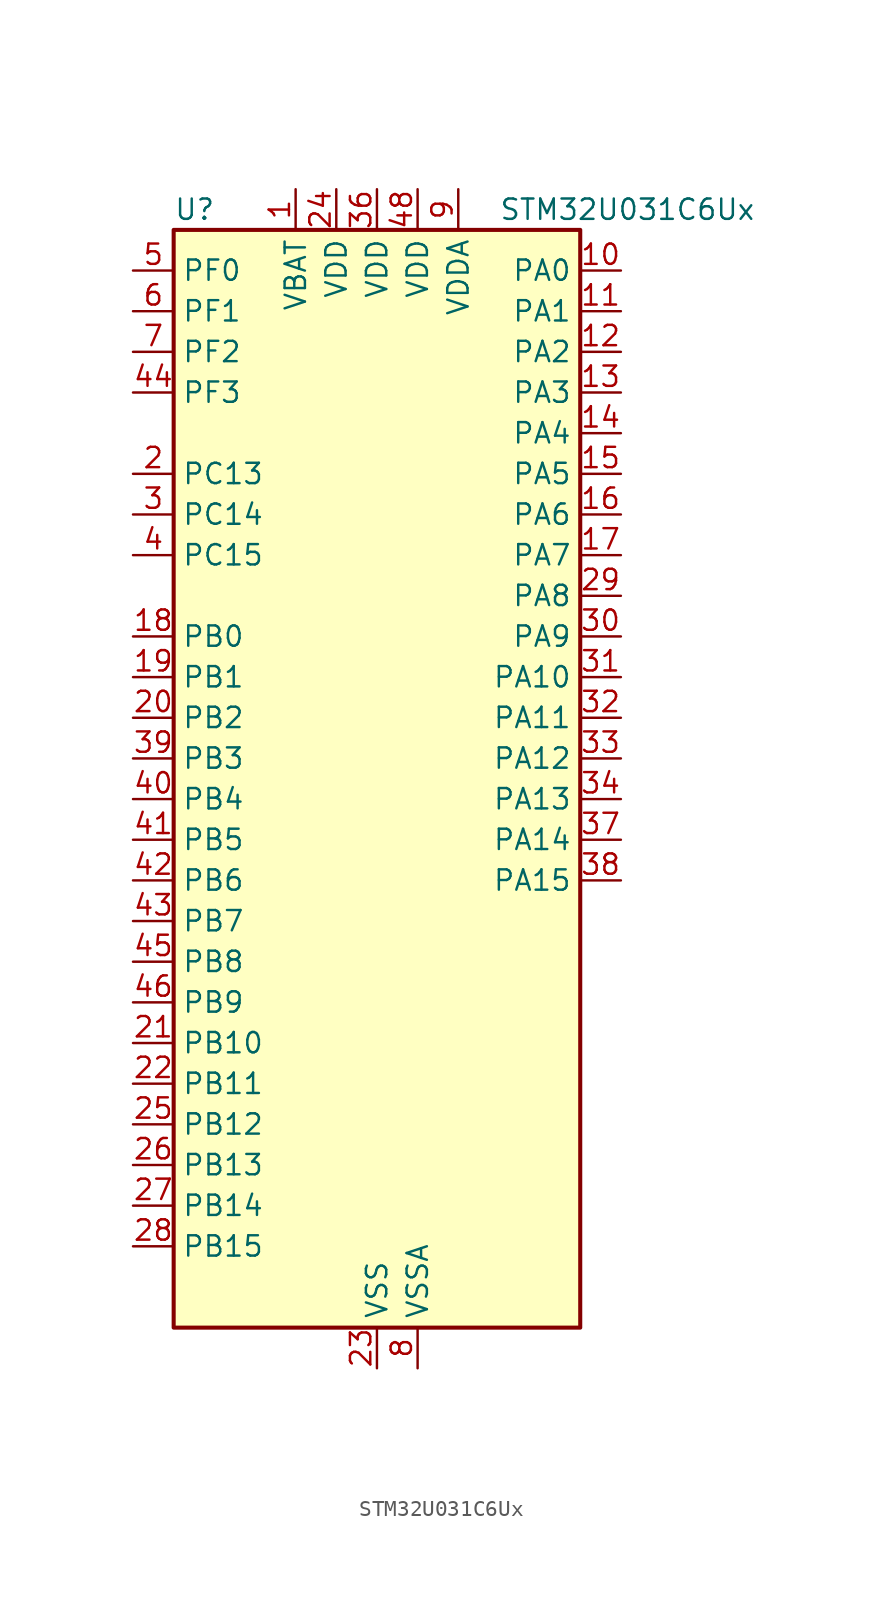
<source format=kicad_sym>
(kicad_symbol_lib
  (version 20231120)
  (generator "kicad_symbol_editor")
  (generator_version "8.99")
  (symbol "STM32U031C6Ux"
    (property "Reference" "U"
      (at -12.7 36.83 0)
      (effects (font (size 1.27 1.27)) (justify left)))
    (property "Value" "STM32U031C6Ux"
      (at 7.62 36.83 0)
      (effects (font (size 1.27 1.27)) (justify left)))
    (property "ki_locked" ""
      (at 0 0 0)
      (effects (font (size 1.27 1.27))))
    (symbol "STM32U031C6Ux_0_1"
      (rectangle (start -12.7 -33.02) (end 12.7 35.56) (stroke (width 0.254) (type default)) (fill (type background))))
    (symbol "STM32U031C6Ux_1_1"
      (pin power_in line (at -5.08 38.1 270) (length 2.54) (name "VBAT" (effects (font (size 1.27 1.27)))) (number "1" (effects (font (size 1.27 1.27)))))
      (pin bidirectional line (at 15.24 33.02 180) (length 2.54) (name "PA0" (effects (font (size 1.27 1.27)))) (number "10" (effects (font (size 1.27 1.27)))) (alternate "ADC1_IN4" bidirectional line) (alternate "COMP1_INM" bidirectional line) (alternate "COMP1_OUT" bidirectional line) (alternate "OPAMP1_VINP" bidirectional line) (alternate "PWR_WKUP1" bidirectional line) (alternate "TAMP_IN2" bidirectional line) (alternate "TIM2_CH1" bidirectional line) (alternate "TIM2_ETR" bidirectional line) (alternate "USART2_CTS" bidirectional line) (alternate "USART4_TX" bidirectional line))
      (pin bidirectional line (at 15.24 30.48 180) (length 2.54) (name "PA1" (effects (font (size 1.27 1.27)))) (number "11" (effects (font (size 1.27 1.27)))) (alternate "ADC1_IN5" bidirectional line) (alternate "COMP1_INP" bidirectional line) (alternate "LPTIM1_CH2" bidirectional line) (alternate "OPAMP1_VINM" bidirectional line) (alternate "PWR_WKUP3" bidirectional line) (alternate "SPI1_SCK" bidirectional line) (alternate "SPI2_SCK" bidirectional line) (alternate "TAMP_IN5" bidirectional line) (alternate "TIM15_CH1N" bidirectional line) (alternate "TIM2_CH2" bidirectional line) (alternate "USART2_DE" bidirectional line) (alternate "USART2_RTS" bidirectional line) (alternate "USART4_RX" bidirectional line))
      (pin bidirectional line (at 15.24 27.94 180) (length 2.54) (name "PA2" (effects (font (size 1.27 1.27)))) (number "12" (effects (font (size 1.27 1.27)))) (alternate "ADC1_IN6" bidirectional line) (alternate "LPUART1_TX" bidirectional line) (alternate "PWR_WKUP4" bidirectional line) (alternate "RCC_LSCO" bidirectional line) (alternate "TIM15_CH1" bidirectional line) (alternate "TIM2_CH3" bidirectional line) (alternate "USART2_TX" bidirectional line))
      (pin bidirectional line (at 15.24 25.4 180) (length 2.54) (name "PA3" (effects (font (size 1.27 1.27)))) (number "13" (effects (font (size 1.27 1.27)))) (alternate "ADC1_IN7" bidirectional line) (alternate "LPUART1_RX" bidirectional line) (alternate "OPAMP1_VOUT" bidirectional line) (alternate "TIM15_CH2" bidirectional line) (alternate "TIM2_CH4" bidirectional line) (alternate "USART2_RX" bidirectional line))
      (pin bidirectional line (at 15.24 22.86 180) (length 2.54) (name "PA4" (effects (font (size 1.27 1.27)))) (number "14" (effects (font (size 1.27 1.27)))) (alternate "ADC1_IN8" bidirectional line) (alternate "COMP1_INM" bidirectional line) (alternate "DAC1_OUT1" bidirectional line) (alternate "LPTIM2_CH1" bidirectional line) (alternate "SPI1_NSS" bidirectional line) (alternate "USART2_CK" bidirectional line))
      (pin bidirectional line (at 15.24 20.32 180) (length 2.54) (name "PA5" (effects (font (size 1.27 1.27)))) (number "15" (effects (font (size 1.27 1.27)))) (alternate "ADC1_IN9" bidirectional line) (alternate "COMP1_INM" bidirectional line) (alternate "LPTIM2_ETR" bidirectional line) (alternate "SPI1_SCK" bidirectional line) (alternate "TIM2_CH1" bidirectional line) (alternate "TIM2_ETR" bidirectional line) (alternate "USART3_TX" bidirectional line))
      (pin bidirectional line (at 15.24 17.78 180) (length 2.54) (name "PA6" (effects (font (size 1.27 1.27)))) (number "16" (effects (font (size 1.27 1.27)))) (alternate "ADC1_IN10" bidirectional line) (alternate "COMP1_OUT" bidirectional line) (alternate "I2C2_SDA" bidirectional line) (alternate "I2C3_SDA" bidirectional line) (alternate "LPUART1_CTS" bidirectional line) (alternate "SPI1_MISO" bidirectional line) (alternate "TIM16_CH1" bidirectional line) (alternate "TIM1_BKIN" bidirectional line) (alternate "TIM3_CH1" bidirectional line) (alternate "TSC_G5_IO1" bidirectional line) (alternate "USART3_CTS" bidirectional line))
      (pin bidirectional line (at 15.24 15.24 180) (length 2.54) (name "PA7" (effects (font (size 1.27 1.27)))) (number "17" (effects (font (size 1.27 1.27)))) (alternate "ADC1_IN14" bidirectional line) (alternate "I2C2_SCL" bidirectional line) (alternate "I2C3_SCL" bidirectional line) (alternate "LPTIM2_CH2" bidirectional line) (alternate "SPI1_MOSI" bidirectional line) (alternate "TIM1_CH1N" bidirectional line) (alternate "TIM3_CH2" bidirectional line) (alternate "USART3_RX" bidirectional line))
      (pin bidirectional line (at -15.24 10.16 0) (length 2.54) (name "PB0" (effects (font (size 1.27 1.27)))) (number "18" (effects (font (size 1.27 1.27)))) (alternate "ADC1_IN17" bidirectional line) (alternate "COMP1_OUT" bidirectional line) (alternate "LPUART2_CTS" bidirectional line) (alternate "SPI1_NSS" bidirectional line) (alternate "TIM1_CH2N" bidirectional line) (alternate "TIM3_CH3" bidirectional line) (alternate "TSC_G5_IO2" bidirectional line) (alternate "USART3_CK" bidirectional line))
      (pin bidirectional line (at -15.24 7.62 0) (length 2.54) (name "PB1" (effects (font (size 1.27 1.27)))) (number "19" (effects (font (size 1.27 1.27)))) (alternate "ADC1_IN18" bidirectional line) (alternate "COMP1_INM" bidirectional line) (alternate "LPTIM2_IN1" bidirectional line) (alternate "LPUART1_DE" bidirectional line) (alternate "LPUART1_RTS" bidirectional line) (alternate "LPUART2_DE" bidirectional line) (alternate "LPUART2_RTS" bidirectional line) (alternate "TIM1_CH3N" bidirectional line) (alternate "TIM3_CH4" bidirectional line) (alternate "TSC_SYNC" bidirectional line) (alternate "USART3_DE" bidirectional line) (alternate "USART3_RTS" bidirectional line))
      (pin bidirectional line (at -15.24 20.32 0) (length 2.54) (name "PC13" (effects (font (size 1.27 1.27)))) (number "2" (effects (font (size 1.27 1.27)))) (alternate "LPTIM1_CH3" bidirectional line) (alternate "PWR_WKUP2" bidirectional line) (alternate "RTC_OUT1" bidirectional line) (alternate "RTC_TS" bidirectional line) (alternate "TAMP_IN1" bidirectional line))
      (pin bidirectional line (at -15.24 5.08 0) (length 2.54) (name "PB2" (effects (font (size 1.27 1.27)))) (number "20" (effects (font (size 1.27 1.27)))) (alternate "COMP1_INP" bidirectional line) (alternate "LPTIM1_CH1" bidirectional line) (alternate "RTC_OUT2" bidirectional line))
      (pin bidirectional line (at -15.24 -15.24 0) (length 2.54) (name "PB10" (effects (font (size 1.27 1.27)))) (number "21" (effects (font (size 1.27 1.27)))) (alternate "COMP1_OUT" bidirectional line) (alternate "I2C2_SCL" bidirectional line) (alternate "LPUART1_RX" bidirectional line) (alternate "LPUART2_RX" bidirectional line) (alternate "SPI2_SCK" bidirectional line) (alternate "TIM2_CH3" bidirectional line) (alternate "TSC_G5_IO3" bidirectional line) (alternate "USART3_TX" bidirectional line))
      (pin bidirectional line (at -15.24 -17.78 0) (length 2.54) (name "PB11" (effects (font (size 1.27 1.27)))) (number "22" (effects (font (size 1.27 1.27)))) (alternate "ADC1_EXTI11" bidirectional line) (alternate "I2C2_SDA" bidirectional line) (alternate "LPUART1_TX" bidirectional line) (alternate "LPUART2_TX" bidirectional line) (alternate "TIM2_CH4" bidirectional line) (alternate "TSC_G5_IO4" bidirectional line) (alternate "USART3_RX" bidirectional line))
      (pin power_in line (at 0 -35.56 90) (length 2.54) (name "VSS" (effects (font (size 1.27 1.27)))) (number "23" (effects (font (size 1.27 1.27)))))
      (pin power_in line (at -2.54 38.1 270) (length 2.54) (name "VDD" (effects (font (size 1.27 1.27)))) (number "24" (effects (font (size 1.27 1.27)))))
      (pin bidirectional line (at -15.24 -20.32 0) (length 2.54) (name "PB12" (effects (font (size 1.27 1.27)))) (number "25" (effects (font (size 1.27 1.27)))) (alternate "LPUART1_DE" bidirectional line) (alternate "LPUART1_RTS" bidirectional line) (alternate "SPI2_NSS" bidirectional line) (alternate "TIM15_BKIN" bidirectional line) (alternate "TIM1_BKIN" bidirectional line) (alternate "TSC_G1_IO1" bidirectional line) (alternate "USART3_CK" bidirectional line))
      (pin bidirectional line (at -15.24 -22.86 0) (length 2.54) (name "PB13" (effects (font (size 1.27 1.27)))) (number "26" (effects (font (size 1.27 1.27)))) (alternate "I2C2_SCL" bidirectional line) (alternate "LPUART1_CTS" bidirectional line) (alternate "SPI2_SCK" bidirectional line) (alternate "TIM15_CH1N" bidirectional line) (alternate "TIM1_CH1N" bidirectional line) (alternate "TSC_G1_IO2" bidirectional line) (alternate "USART3_CTS" bidirectional line))
      (pin bidirectional line (at -15.24 -25.4 0) (length 2.54) (name "PB14" (effects (font (size 1.27 1.27)))) (number "27" (effects (font (size 1.27 1.27)))) (alternate "I2C2_SDA" bidirectional line) (alternate "SPI2_MISO" bidirectional line) (alternate "TIM15_CH1" bidirectional line) (alternate "TIM1_CH2N" bidirectional line) (alternate "TSC_G1_IO3" bidirectional line) (alternate "USART3_DE" bidirectional line) (alternate "USART3_RTS" bidirectional line))
      (pin bidirectional line (at -15.24 -27.94 0) (length 2.54) (name "PB15" (effects (font (size 1.27 1.27)))) (number "28" (effects (font (size 1.27 1.27)))) (alternate "PWR_WKUP7" bidirectional line) (alternate "RTC_REFIN" bidirectional line) (alternate "SPI2_MOSI" bidirectional line) (alternate "TAMP_IN3" bidirectional line) (alternate "TIM15_CH2" bidirectional line) (alternate "TIM1_CH3N" bidirectional line) (alternate "TSC_G1_IO4" bidirectional line))
      (pin bidirectional line (at 15.24 12.7 180) (length 2.54) (name "PA8" (effects (font (size 1.27 1.27)))) (number "29" (effects (font (size 1.27 1.27)))) (alternate "LPTIM2_CH1" bidirectional line) (alternate "RCC_MCO" bidirectional line) (alternate "RCC_MCO2" bidirectional line) (alternate "TIM1_CH1" bidirectional line) (alternate "TSC_G7_IO1" bidirectional line) (alternate "USART1_CK" bidirectional line))
      (pin bidirectional line (at -15.24 17.78 0) (length 2.54) (name "PC14" (effects (font (size 1.27 1.27)))) (number "3" (effects (font (size 1.27 1.27)))) (alternate "RCC_OSC32_IN" bidirectional line))
      (pin bidirectional line (at 15.24 10.16 180) (length 2.54) (name "PA9" (effects (font (size 1.27 1.27)))) (number "30" (effects (font (size 1.27 1.27)))) (alternate "COMP1_INP" bidirectional line) (alternate "DAC1_EXTI9" bidirectional line) (alternate "I2C1_SCL" bidirectional line) (alternate "I2C2_SCL" bidirectional line) (alternate "RCC_MCO" bidirectional line) (alternate "TIM15_BKIN" bidirectional line) (alternate "TIM1_CH2" bidirectional line) (alternate "TSC_G7_IO2" bidirectional line) (alternate "USART1_TX" bidirectional line))
      (pin bidirectional line (at 15.24 7.62 180) (length 2.54) (name "PA10" (effects (font (size 1.27 1.27)))) (number "31" (effects (font (size 1.27 1.27)))) (alternate "I2C1_SDA" bidirectional line) (alternate "I2C2_SDA" bidirectional line) (alternate "RCC_MCO2" bidirectional line) (alternate "SPI2_NSS" bidirectional line) (alternate "TIM1_CH3" bidirectional line) (alternate "TSC_G7_IO3" bidirectional line) (alternate "USART1_RX" bidirectional line))
      (pin bidirectional line (at 15.24 5.08 180) (length 2.54) (name "PA11" (effects (font (size 1.27 1.27)))) (number "32" (effects (font (size 1.27 1.27)))) (alternate "ADC1_EXTI11" bidirectional line) (alternate "COMP1_OUT" bidirectional line) (alternate "SPI1_MISO" bidirectional line) (alternate "SPI2_MISO" bidirectional line) (alternate "TIM1_BKIN2" bidirectional line) (alternate "TIM1_CH4" bidirectional line) (alternate "USART1_CTS" bidirectional line))
      (pin bidirectional line (at 15.24 2.54 180) (length 2.54) (name "PA12" (effects (font (size 1.27 1.27)))) (number "33" (effects (font (size 1.27 1.27)))) (alternate "SPI1_MOSI" bidirectional line) (alternate "SPI2_MOSI" bidirectional line) (alternate "TIM1_ETR" bidirectional line) (alternate "USART1_DE" bidirectional line) (alternate "USART1_RTS" bidirectional line))
      (pin bidirectional line (at 15.24 0 180) (length 2.54) (name "PA13" (effects (font (size 1.27 1.27)))) (number "34" (effects (font (size 1.27 1.27)))) (alternate "DEBUG_JTMS-SWDIO" bidirectional line) (alternate "IR_OUT" bidirectional line) (alternate "TSC_G7_IO4" bidirectional line))
      (pin passive line (at 0 -35.56 90) (length 2.54) hide (name "VSS" (effects (font (size 1.27 1.27)))) (number "35" (effects (font (size 1.27 1.27)))))
      (pin power_in line (at 0 38.1 270) (length 2.54) (name "VDD" (effects (font (size 1.27 1.27)))) (number "36" (effects (font (size 1.27 1.27)))))
      (pin bidirectional line (at 15.24 -2.54 180) (length 2.54) (name "PA14" (effects (font (size 1.27 1.27)))) (number "37" (effects (font (size 1.27 1.27)))) (alternate "DEBUG_JTCK-SWCLK" bidirectional line) (alternate "LPTIM1_CH1" bidirectional line) (alternate "TSC_G3_IO4" bidirectional line))
      (pin bidirectional line (at 15.24 -5.08 180) (length 2.54) (name "PA15" (effects (font (size 1.27 1.27)))) (number "38" (effects (font (size 1.27 1.27)))) (alternate "DEBUG_JTDI" bidirectional line) (alternate "SPI1_NSS" bidirectional line) (alternate "TIM2_CH1" bidirectional line) (alternate "TIM2_ETR" bidirectional line) (alternate "TSC_G3_IO1" bidirectional line) (alternate "USART2_RX" bidirectional line) (alternate "USART3_DE" bidirectional line) (alternate "USART3_RTS" bidirectional line) (alternate "USART4_DE" bidirectional line) (alternate "USART4_RTS" bidirectional line))
      (pin bidirectional line (at -15.24 2.54 0) (length 2.54) (name "PB3" (effects (font (size 1.27 1.27)))) (number "39" (effects (font (size 1.27 1.27)))) (alternate "DEBUG_JTDO-SWO" bidirectional line) (alternate "I2C2_SCL" bidirectional line) (alternate "I2C3_SCL" bidirectional line) (alternate "LPTIM1_CH3" bidirectional line) (alternate "SPI1_SCK" bidirectional line) (alternate "TIM2_CH2" bidirectional line) (alternate "USART1_DE" bidirectional line) (alternate "USART1_RTS" bidirectional line))
      (pin bidirectional line (at -15.24 15.24 0) (length 2.54) (name "PC15" (effects (font (size 1.27 1.27)))) (number "4" (effects (font (size 1.27 1.27)))) (alternate "RCC_OSC32_EN" bidirectional line) (alternate "RCC_OSC32_OUT" bidirectional line) (alternate "RCC_OSC_EN" bidirectional line))
      (pin bidirectional line (at -15.24 0 0) (length 2.54) (name "PB4" (effects (font (size 1.27 1.27)))) (number "40" (effects (font (size 1.27 1.27)))) (alternate "I2C2_SDA" bidirectional line) (alternate "I2C3_SDA" bidirectional line) (alternate "LPTIM1_CH4" bidirectional line) (alternate "SPI1_MISO" bidirectional line) (alternate "TIM3_CH1" bidirectional line) (alternate "TSC_G2_IO1" bidirectional line) (alternate "USART1_CTS" bidirectional line))
      (pin bidirectional line (at -15.24 -2.54 0) (length 2.54) (name "PB5" (effects (font (size 1.27 1.27)))) (number "41" (effects (font (size 1.27 1.27)))) (alternate "LPTIM1_IN1" bidirectional line) (alternate "SPI1_MOSI" bidirectional line) (alternate "TIM16_BKIN" bidirectional line) (alternate "TIM3_CH2" bidirectional line) (alternate "TSC_G2_IO2" bidirectional line) (alternate "USART1_CK" bidirectional line))
      (pin bidirectional line (at -15.24 -5.08 0) (length 2.54) (name "PB6" (effects (font (size 1.27 1.27)))) (number "42" (effects (font (size 1.27 1.27)))) (alternate "I2C1_SCL" bidirectional line) (alternate "I2C2_SCL" bidirectional line) (alternate "LPTIM1_ETR" bidirectional line) (alternate "LPUART2_TX" bidirectional line) (alternate "TIM16_CH1N" bidirectional line) (alternate "TSC_G2_IO3" bidirectional line) (alternate "USART1_TX" bidirectional line))
      (pin bidirectional line (at -15.24 -7.62 0) (length 2.54) (name "PB7" (effects (font (size 1.27 1.27)))) (number "43" (effects (font (size 1.27 1.27)))) (alternate "I2C1_SDA" bidirectional line) (alternate "I2C2_SDA" bidirectional line) (alternate "LPTIM1_IN2" bidirectional line) (alternate "LPUART2_RX" bidirectional line) (alternate "TSC_G2_IO4" bidirectional line) (alternate "USART1_RX" bidirectional line) (alternate "USART4_CTS" bidirectional line))
      (pin bidirectional line (at -15.24 25.4 0) (length 2.54) (name "PF3" (effects (font (size 1.27 1.27)))) (number "44" (effects (font (size 1.27 1.27)))))
      (pin bidirectional line (at -15.24 -10.16 0) (length 2.54) (name "PB8" (effects (font (size 1.27 1.27)))) (number "45" (effects (font (size 1.27 1.27)))) (alternate "I2C1_SCL" bidirectional line) (alternate "I2C2_SCL" bidirectional line) (alternate "LPTIM1_IN2" bidirectional line) (alternate "TIM16_CH1" bidirectional line) (alternate "USART3_TX" bidirectional line))
      (pin bidirectional line (at -15.24 -12.7 0) (length 2.54) (name "PB9" (effects (font (size 1.27 1.27)))) (number "46" (effects (font (size 1.27 1.27)))) (alternate "DAC1_EXTI9" bidirectional line) (alternate "I2C1_SDA" bidirectional line) (alternate "I2C2_SDA" bidirectional line) (alternate "IR_OUT" bidirectional line) (alternate "LPTIM1_CH4" bidirectional line) (alternate "SPI2_NSS" bidirectional line) (alternate "USART3_RX" bidirectional line))
      (pin passive line (at 0 -35.56 90) (length 2.54) hide (name "VSS" (effects (font (size 1.27 1.27)))) (number "47" (effects (font (size 1.27 1.27)))))
      (pin power_in line (at 2.54 38.1 270) (length 2.54) (name "VDD" (effects (font (size 1.27 1.27)))) (number "48" (effects (font (size 1.27 1.27)))))
      (pin passive line (at 0 -35.56 90) (length 2.54) hide (name "VSS" (effects (font (size 1.27 1.27)))) (number "49" (effects (font (size 1.27 1.27)))))
      (pin bidirectional line (at -15.24 33.02 0) (length 2.54) (name "PF0" (effects (font (size 1.27 1.27)))) (number "5" (effects (font (size 1.27 1.27)))) (alternate "RCC_OSC_IN" bidirectional line))
      (pin bidirectional line (at -15.24 30.48 0) (length 2.54) (name "PF1" (effects (font (size 1.27 1.27)))) (number "6" (effects (font (size 1.27 1.27)))) (alternate "RCC_OSC_EN" bidirectional line) (alternate "RCC_OSC_OUT" bidirectional line))
      (pin bidirectional line (at -15.24 27.94 0) (length 2.54) (name "PF2" (effects (font (size 1.27 1.27)))) (number "7" (effects (font (size 1.27 1.27)))) (alternate "RCC_MCO" bidirectional line))
      (pin power_in line (at 2.54 -35.56 90) (length 2.54) (name "VSSA" (effects (font (size 1.27 1.27)))) (number "8" (effects (font (size 1.27 1.27)))))
      (pin power_in line (at 5.08 38.1 270) (length 2.54) (name "VDDA" (effects (font (size 1.27 1.27)))) (number "9" (effects (font (size 1.27 1.27))))))))
</source>
